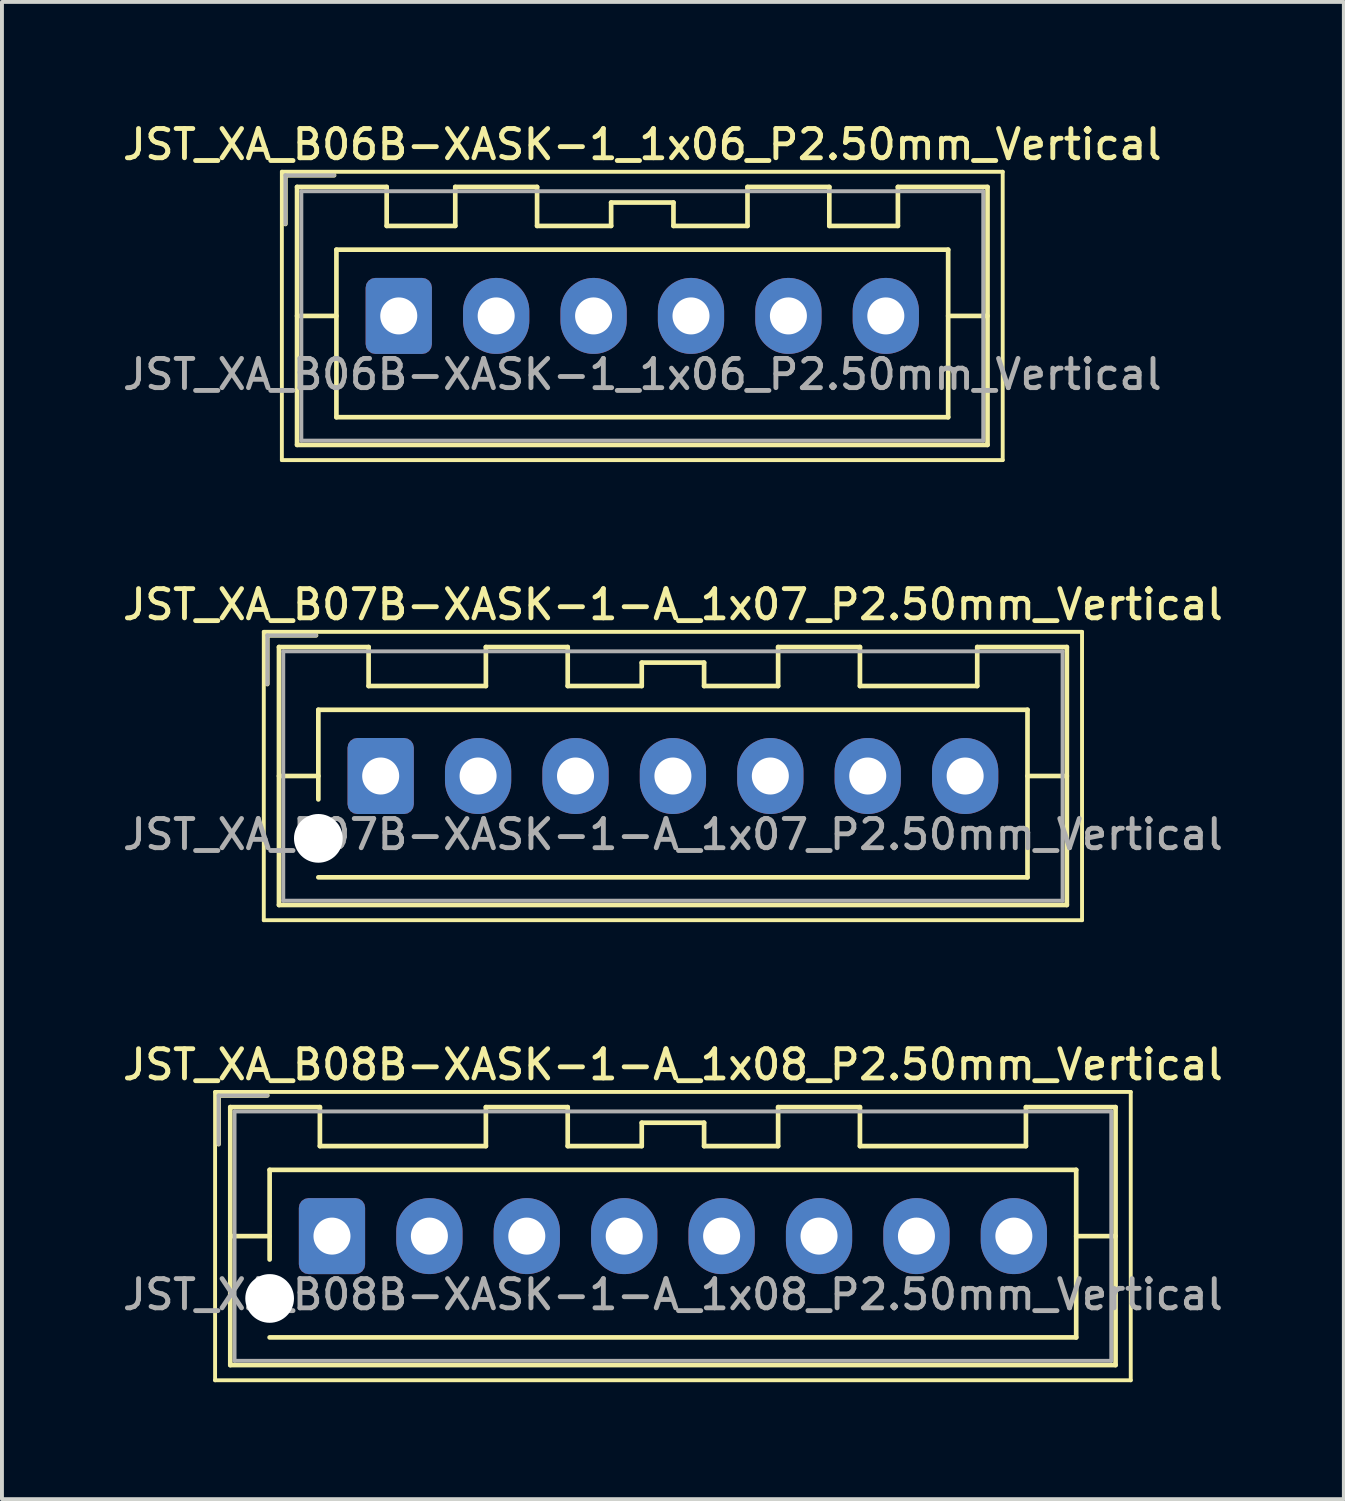
<source format=kicad_pcb>
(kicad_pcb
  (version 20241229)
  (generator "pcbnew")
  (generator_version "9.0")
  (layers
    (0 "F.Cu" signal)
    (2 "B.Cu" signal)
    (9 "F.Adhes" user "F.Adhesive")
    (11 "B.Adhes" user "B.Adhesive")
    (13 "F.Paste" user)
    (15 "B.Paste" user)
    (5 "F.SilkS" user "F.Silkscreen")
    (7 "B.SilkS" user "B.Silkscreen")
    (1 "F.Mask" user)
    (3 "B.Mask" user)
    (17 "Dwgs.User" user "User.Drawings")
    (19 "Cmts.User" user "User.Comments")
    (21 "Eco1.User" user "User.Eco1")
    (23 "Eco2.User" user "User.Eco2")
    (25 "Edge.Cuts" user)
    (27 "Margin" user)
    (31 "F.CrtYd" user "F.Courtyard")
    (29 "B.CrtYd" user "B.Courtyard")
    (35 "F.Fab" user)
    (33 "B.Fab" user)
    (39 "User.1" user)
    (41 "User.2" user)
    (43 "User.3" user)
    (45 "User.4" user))
  (footprint "JST_XA_B07B-XASK-1-A_1x07_P2.50mm_Vertical"
    (layer "F.Cu")
    (at 6.72 16.866)
    (property "Reference" "JST_XA_B07B-XASK-1-A_1x07_P2.50mm_Vertical" (at 7.5 -4.4 0) (layer "F.SilkS") (effects (font (size 0.75 0.75) (thickness 0.125))))
    (attr through_hole)
    (fp_line (start -3 -3.7) (end -3 3.7) (stroke (width 0.1) (type solid)) (layer "F.SilkS"))
    (fp_line (start -3 3.7) (end 18 3.7) (stroke (width 0.1) (type solid)) (layer "F.SilkS"))
    (fp_line (start -2.91 -3.61) (end -2.91 -2.36) (stroke (width 0.12) (type solid)) (layer "F.SilkS"))
    (fp_line (start -2.61 -3.31) (end -2.61 3.31) (stroke (width 0.12) (type solid)) (layer "F.SilkS"))
    (fp_line (start -2.61 0) (end -1.6 0) (stroke (width 0.12) (type solid)) (layer "F.SilkS"))
    (fp_line (start -2.61 3.31) (end 17.61 3.31) (stroke (width 0.12) (type solid)) (layer "F.SilkS"))
    (fp_line (start -1.66 -3.61) (end -2.91 -3.61) (stroke (width 0.12) (type solid)) (layer "F.SilkS"))
    (fp_line (start -1.6 -1.7) (end 16.6 -1.7) (stroke (width 0.12) (type solid)) (layer "F.SilkS"))
    (fp_line (start -1.6 0.6) (end -1.6 -1.7) (stroke (width 0.12) (type solid)) (layer "F.SilkS"))
    (fp_line (start -0.31 -3.31) (end -2.61 -3.31) (stroke (width 0.12) (type solid)) (layer "F.SilkS"))
    (fp_line (start -0.31 -2.31) (end -0.31 -3.31) (stroke (width 0.12) (type solid)) (layer "F.SilkS"))
    (fp_line (start 2.7 -3.31) (end 2.7 -2.31) (stroke (width 0.12) (type solid)) (layer "F.SilkS"))
    (fp_line (start 2.7 -2.31) (end -0.31 -2.31) (stroke (width 0.12) (type solid)) (layer "F.SilkS"))
    (fp_line (start 4.8 -3.31) (end 2.7 -3.31) (stroke (width 0.12) (type solid)) (layer "F.SilkS"))
    (fp_line (start 4.8 -2.31) (end 4.8 -3.31) (stroke (width 0.12) (type solid)) (layer "F.SilkS"))
    (fp_line (start 6.7 -2.91) (end 6.7 -2.31) (stroke (width 0.12) (type solid)) (layer "F.SilkS"))
    (fp_line (start 6.7 -2.31) (end 4.8 -2.31) (stroke (width 0.12) (type solid)) (layer "F.SilkS"))
    (fp_line (start 8.3 -2.91) (end 6.7 -2.91) (stroke (width 0.12) (type solid)) (layer "F.SilkS"))
    (fp_line (start 8.3 -2.31) (end 8.3 -2.91) (stroke (width 0.12) (type solid)) (layer "F.SilkS"))
    (fp_line (start 10.2 -3.31) (end 10.2 -2.31) (stroke (width 0.12) (type solid)) (layer "F.SilkS"))
    (fp_line (start 10.2 -2.31) (end 8.3 -2.31) (stroke (width 0.12) (type solid)) (layer "F.SilkS"))
    (fp_line (start 12.3 -3.31) (end 10.2 -3.31) (stroke (width 0.12) (type solid)) (layer "F.SilkS"))
    (fp_line (start 12.3 -2.31) (end 12.3 -3.31) (stroke (width 0.12) (type solid)) (layer "F.SilkS"))
    (fp_line (start 15.31 -3.31) (end 15.31 -2.31) (stroke (width 0.12) (type solid)) (layer "F.SilkS"))
    (fp_line (start 15.31 -2.31) (end 12.3 -2.31) (stroke (width 0.12) (type solid)) (layer "F.SilkS"))
    (fp_line (start 16.6 -1.7) (end 16.6 2.6) (stroke (width 0.12) (type solid)) (layer "F.SilkS"))
    (fp_line (start 16.6 2.6) (end -1.6 2.6) (stroke (width 0.12) (type solid)) (layer "F.SilkS"))
    (fp_line (start 17.61 -3.31) (end 15.31 -3.31) (stroke (width 0.12) (type solid)) (layer "F.SilkS"))
    (fp_line (start 17.61 0) (end 16.6 0) (stroke (width 0.12) (type solid)) (layer "F.SilkS"))
    (fp_line (start 17.61 3.31) (end 17.61 -3.31) (stroke (width 0.12) (type solid)) (layer "F.SilkS"))
    (fp_line (start 18 -3.7) (end -3 -3.7) (stroke (width 0.1) (type solid)) (layer "F.SilkS"))
    (fp_line (start 18 3.7) (end 18 -3.7) (stroke (width 0.1) (type solid)) (layer "F.SilkS"))
    (fp_line (start -2.91 -3.61) (end -2.91 -2.36) (stroke (width 0.1) (type solid)) (layer "F.Fab"))
    (fp_line (start -2.5 -3.2) (end -2.5 3.2) (stroke (width 0.1) (type solid)) (layer "F.Fab"))
    (fp_line (start -2.5 3.2) (end 17.5 3.2) (stroke (width 0.1) (type solid)) (layer "F.Fab"))
    (fp_line (start -1.66 -3.61) (end -2.91 -3.61) (stroke (width 0.1) (type solid)) (layer "F.Fab"))
    (fp_line (start 17.5 -3.2) (end -2.5 -3.2) (stroke (width 0.1) (type solid)) (layer "F.Fab"))
    (fp_line (start 17.5 3.2) (end 17.5 -3.2) (stroke (width 0.1) (type solid)) (layer "F.Fab"))
    (fp_text user "${REFERENCE}" (at 7.5 1.5 0) (layer "F.Fab") (effects (font (size 0.75 0.75) (thickness 0.125))))
    (pad "" np_thru_hole circle (at -1.6 1.6) (size 1.25 1.25) (drill 1.25) (layers "*.Cu" "*.Mask"))
    (pad "1" thru_hole roundrect (at 0 0) (size 1.7 1.95) (drill 0.95) (layers "*.Cu" "*.Mask") (roundrect_rratio 0.147))
    (pad "2" thru_hole oval (at 2.5 0) (size 1.7 1.95) (drill 0.95) (layers "*.Cu" "*.Mask"))
    (pad "3" thru_hole oval (at 5 0) (size 1.7 1.95) (drill 0.95) (layers "*.Cu" "*.Mask"))
    (pad "4" thru_hole oval (at 7.5 0) (size 1.7 1.95) (drill 0.95) (layers "*.Cu" "*.Mask"))
    (pad "5" thru_hole oval (at 10 0) (size 1.7 1.95) (drill 0.95) (layers "*.Cu" "*.Mask"))
    (pad "6" thru_hole oval (at 12.5 0) (size 1.7 1.95) (drill 0.95) (layers "*.Cu" "*.Mask"))
    (pad "7" thru_hole oval (at 15 0) (size 1.7 1.95) (drill 0.95) (layers "*.Cu" "*.Mask")))
  (footprint "JST_XA_B06B-XASK-1_1x06_P2.50mm_Vertical"
    (layer "F.Cu")
    (at 7.184 5.058)
    (property "Reference" "JST_XA_B06B-XASK-1_1x06_P2.50mm_Vertical" (at 6.25 -4.4 0) (layer "F.SilkS") (effects (font (size 0.75 0.75) (thickness 0.125))))
    (attr through_hole)
    (fp_line (start -3 -3.7) (end -3 3.7) (stroke (width 0.1) (type solid)) (layer "F.SilkS"))
    (fp_line (start -3 3.7) (end 15.5 3.7) (stroke (width 0.1) (type solid)) (layer "F.SilkS"))
    (fp_line (start -2.91 -3.61) (end -2.91 -2.36) (stroke (width 0.12) (type solid)) (layer "F.SilkS"))
    (fp_line (start -2.61 -3.31) (end -2.61 3.31) (stroke (width 0.12) (type solid)) (layer "F.SilkS"))
    (fp_line (start -2.61 0) (end -1.6 0) (stroke (width 0.12) (type solid)) (layer "F.SilkS"))
    (fp_line (start -2.61 3.31) (end 15.11 3.31) (stroke (width 0.12) (type solid)) (layer "F.SilkS"))
    (fp_line (start -1.66 -3.61) (end -2.91 -3.61) (stroke (width 0.12) (type solid)) (layer "F.SilkS"))
    (fp_line (start -1.6 -1.7) (end -1.6 2.6) (stroke (width 0.12) (type solid)) (layer "F.SilkS"))
    (fp_line (start -1.6 2.6) (end 14.1 2.6) (stroke (width 0.12) (type solid)) (layer "F.SilkS"))
    (fp_line (start -0.31 -3.31) (end -2.61 -3.31) (stroke (width 0.12) (type solid)) (layer "F.SilkS"))
    (fp_line (start -0.31 -2.31) (end -0.31 -3.31) (stroke (width 0.12) (type solid)) (layer "F.SilkS"))
    (fp_line (start 1.45 -3.31) (end 1.45 -2.31) (stroke (width 0.12) (type solid)) (layer "F.SilkS"))
    (fp_line (start 1.45 -2.31) (end -0.31 -2.31) (stroke (width 0.12) (type solid)) (layer "F.SilkS"))
    (fp_line (start 3.55 -3.31) (end 1.45 -3.31) (stroke (width 0.12) (type solid)) (layer "F.SilkS"))
    (fp_line (start 3.55 -2.31) (end 3.55 -3.31) (stroke (width 0.12) (type solid)) (layer "F.SilkS"))
    (fp_line (start 5.45 -2.91) (end 5.45 -2.31) (stroke (width 0.12) (type solid)) (layer "F.SilkS"))
    (fp_line (start 5.45 -2.31) (end 3.55 -2.31) (stroke (width 0.12) (type solid)) (layer "F.SilkS"))
    (fp_line (start 7.05 -2.91) (end 5.45 -2.91) (stroke (width 0.12) (type solid)) (layer "F.SilkS"))
    (fp_line (start 7.05 -2.31) (end 7.05 -2.91) (stroke (width 0.12) (type solid)) (layer "F.SilkS"))
    (fp_line (start 8.95 -3.31) (end 8.95 -2.31) (stroke (width 0.12) (type solid)) (layer "F.SilkS"))
    (fp_line (start 8.95 -2.31) (end 7.05 -2.31) (stroke (width 0.12) (type solid)) (layer "F.SilkS"))
    (fp_line (start 11.05 -3.31) (end 8.95 -3.31) (stroke (width 0.12) (type solid)) (layer "F.SilkS"))
    (fp_line (start 11.05 -2.31) (end 11.05 -3.31) (stroke (width 0.12) (type solid)) (layer "F.SilkS"))
    (fp_line (start 12.81 -3.31) (end 12.81 -2.31) (stroke (width 0.12) (type solid)) (layer "F.SilkS"))
    (fp_line (start 12.81 -2.31) (end 11.05 -2.31) (stroke (width 0.12) (type solid)) (layer "F.SilkS"))
    (fp_line (start 14.1 -1.7) (end -1.6 -1.7) (stroke (width 0.12) (type solid)) (layer "F.SilkS"))
    (fp_line (start 14.1 2.6) (end 14.1 -1.7) (stroke (width 0.12) (type solid)) (layer "F.SilkS"))
    (fp_line (start 15.11 -3.31) (end 12.81 -3.31) (stroke (width 0.12) (type solid)) (layer "F.SilkS"))
    (fp_line (start 15.11 0) (end 14.1 0) (stroke (width 0.12) (type solid)) (layer "F.SilkS"))
    (fp_line (start 15.11 3.31) (end 15.11 -3.31) (stroke (width 0.12) (type solid)) (layer "F.SilkS"))
    (fp_line (start 15.5 -3.7) (end -3 -3.7) (stroke (width 0.1) (type solid)) (layer "F.SilkS"))
    (fp_line (start 15.5 3.7) (end 15.5 -3.7) (stroke (width 0.1) (type solid)) (layer "F.SilkS"))
    (fp_line (start -2.91 -3.61) (end -2.91 -2.36) (stroke (width 0.1) (type solid)) (layer "F.Fab"))
    (fp_line (start -2.5 -3.2) (end -2.5 3.2) (stroke (width 0.1) (type solid)) (layer "F.Fab"))
    (fp_line (start -2.5 3.2) (end 15 3.2) (stroke (width 0.1) (type solid)) (layer "F.Fab"))
    (fp_line (start -1.66 -3.61) (end -2.91 -3.61) (stroke (width 0.1) (type solid)) (layer "F.Fab"))
    (fp_line (start 15 -3.2) (end -2.5 -3.2) (stroke (width 0.1) (type solid)) (layer "F.Fab"))
    (fp_line (start 15 3.2) (end 15 -3.2) (stroke (width 0.1) (type solid)) (layer "F.Fab"))
    (fp_text user "${REFERENCE}" (at 6.25 1.5 0) (layer "F.Fab") (effects (font (size 0.75 0.75) (thickness 0.125))))
    (pad "1" thru_hole roundrect (at 0 0) (size 1.7 1.95) (drill 0.95) (layers "*.Cu" "*.Mask") (roundrect_rratio 0.147))
    (pad "2" thru_hole oval (at 2.5 0) (size 1.7 1.95) (drill 0.95) (layers "*.Cu" "*.Mask"))
    (pad "3" thru_hole oval (at 5 0) (size 1.7 1.95) (drill 0.95) (layers "*.Cu" "*.Mask"))
    (pad "4" thru_hole oval (at 7.5 0) (size 1.7 1.95) (drill 0.95) (layers "*.Cu" "*.Mask"))
    (pad "5" thru_hole oval (at 10 0) (size 1.7 1.95) (drill 0.95) (layers "*.Cu" "*.Mask"))
    (pad "6" thru_hole oval (at 12.5 0) (size 1.7 1.95) (drill 0.95) (layers "*.Cu" "*.Mask")))
  (footprint "JST_XA_B08B-XASK-1-A_1x08_P2.50mm_Vertical"
    (layer "F.Cu")
    (at 5.47 28.674)
    (property "Reference" "JST_XA_B08B-XASK-1-A_1x08_P2.50mm_Vertical" (at 8.75 -4.4 0) (layer "F.SilkS") (effects (font (size 0.75 0.75) (thickness 0.125))))
    (attr through_hole)
    (fp_line (start -3 -3.7) (end -3 3.7) (stroke (width 0.1) (type solid)) (layer "F.SilkS"))
    (fp_line (start -3 3.7) (end 20.5 3.7) (stroke (width 0.1) (type solid)) (layer "F.SilkS"))
    (fp_line (start -2.91 -3.61) (end -2.91 -2.36) (stroke (width 0.12) (type solid)) (layer "F.SilkS"))
    (fp_line (start -2.61 -3.31) (end -2.61 3.31) (stroke (width 0.12) (type solid)) (layer "F.SilkS"))
    (fp_line (start -2.61 0) (end -1.6 0) (stroke (width 0.12) (type solid)) (layer "F.SilkS"))
    (fp_line (start -2.61 3.31) (end 20.11 3.31) (stroke (width 0.12) (type solid)) (layer "F.SilkS"))
    (fp_line (start -1.66 -3.61) (end -2.91 -3.61) (stroke (width 0.12) (type solid)) (layer "F.SilkS"))
    (fp_line (start -1.6 -1.7) (end 19.1 -1.7) (stroke (width 0.12) (type solid)) (layer "F.SilkS"))
    (fp_line (start -1.6 0.6) (end -1.6 -1.7) (stroke (width 0.12) (type solid)) (layer "F.SilkS"))
    (fp_line (start -0.31 -3.31) (end -2.61 -3.31) (stroke (width 0.12) (type solid)) (layer "F.SilkS"))
    (fp_line (start -0.31 -2.31) (end -0.31 -3.31) (stroke (width 0.12) (type solid)) (layer "F.SilkS"))
    (fp_line (start 3.95 -3.31) (end 3.95 -2.31) (stroke (width 0.12) (type solid)) (layer "F.SilkS"))
    (fp_line (start 3.95 -2.31) (end -0.31 -2.31) (stroke (width 0.12) (type solid)) (layer "F.SilkS"))
    (fp_line (start 6.05 -3.31) (end 3.95 -3.31) (stroke (width 0.12) (type solid)) (layer "F.SilkS"))
    (fp_line (start 6.05 -2.31) (end 6.05 -3.31) (stroke (width 0.12) (type solid)) (layer "F.SilkS"))
    (fp_line (start 7.95 -2.91) (end 7.95 -2.31) (stroke (width 0.12) (type solid)) (layer "F.SilkS"))
    (fp_line (start 7.95 -2.31) (end 6.05 -2.31) (stroke (width 0.12) (type solid)) (layer "F.SilkS"))
    (fp_line (start 9.55 -2.91) (end 7.95 -2.91) (stroke (width 0.12) (type solid)) (layer "F.SilkS"))
    (fp_line (start 9.55 -2.31) (end 9.55 -2.91) (stroke (width 0.12) (type solid)) (layer "F.SilkS"))
    (fp_line (start 11.45 -3.31) (end 11.45 -2.31) (stroke (width 0.12) (type solid)) (layer "F.SilkS"))
    (fp_line (start 11.45 -2.31) (end 9.55 -2.31) (stroke (width 0.12) (type solid)) (layer "F.SilkS"))
    (fp_line (start 13.55 -3.31) (end 11.45 -3.31) (stroke (width 0.12) (type solid)) (layer "F.SilkS"))
    (fp_line (start 13.55 -2.31) (end 13.55 -3.31) (stroke (width 0.12) (type solid)) (layer "F.SilkS"))
    (fp_line (start 17.81 -3.31) (end 17.81 -2.31) (stroke (width 0.12) (type solid)) (layer "F.SilkS"))
    (fp_line (start 17.81 -2.31) (end 13.55 -2.31) (stroke (width 0.12) (type solid)) (layer "F.SilkS"))
    (fp_line (start 19.1 -1.7) (end 19.1 2.6) (stroke (width 0.12) (type solid)) (layer "F.SilkS"))
    (fp_line (start 19.1 2.6) (end -1.6 2.6) (stroke (width 0.12) (type solid)) (layer "F.SilkS"))
    (fp_line (start 20.11 -3.31) (end 17.81 -3.31) (stroke (width 0.12) (type solid)) (layer "F.SilkS"))
    (fp_line (start 20.11 0) (end 19.1 0) (stroke (width 0.12) (type solid)) (layer "F.SilkS"))
    (fp_line (start 20.11 3.31) (end 20.11 -3.31) (stroke (width 0.12) (type solid)) (layer "F.SilkS"))
    (fp_line (start 20.5 -3.7) (end -3 -3.7) (stroke (width 0.1) (type solid)) (layer "F.SilkS"))
    (fp_line (start 20.5 3.7) (end 20.5 -3.7) (stroke (width 0.1) (type solid)) (layer "F.SilkS"))
    (fp_line (start -2.91 -3.61) (end -2.91 -2.36) (stroke (width 0.1) (type solid)) (layer "F.Fab"))
    (fp_line (start -2.5 -3.2) (end -2.5 3.2) (stroke (width 0.1) (type solid)) (layer "F.Fab"))
    (fp_line (start -2.5 3.2) (end 20 3.2) (stroke (width 0.1) (type solid)) (layer "F.Fab"))
    (fp_line (start -1.66 -3.61) (end -2.91 -3.61) (stroke (width 0.1) (type solid)) (layer "F.Fab"))
    (fp_line (start 20 -3.2) (end -2.5 -3.2) (stroke (width 0.1) (type solid)) (layer "F.Fab"))
    (fp_line (start 20 3.2) (end 20 -3.2) (stroke (width 0.1) (type solid)) (layer "F.Fab"))
    (fp_text user "${REFERENCE}" (at 8.75 1.5 0) (layer "F.Fab") (effects (font (size 0.75 0.75) (thickness 0.125))))
    (pad "" np_thru_hole circle (at -1.6 1.6) (size 1.25 1.25) (drill 1.25) (layers "*.Cu" "*.Mask"))
    (pad "1" thru_hole roundrect (at 0 0) (size 1.7 1.95) (drill 0.95) (layers "*.Cu" "*.Mask") (roundrect_rratio 0.147))
    (pad "2" thru_hole oval (at 2.5 0) (size 1.7 1.95) (drill 0.95) (layers "*.Cu" "*.Mask"))
    (pad "3" thru_hole oval (at 5 0) (size 1.7 1.95) (drill 0.95) (layers "*.Cu" "*.Mask"))
    (pad "4" thru_hole oval (at 7.5 0) (size 1.7 1.95) (drill 0.95) (layers "*.Cu" "*.Mask"))
    (pad "5" thru_hole oval (at 10 0) (size 1.7 1.95) (drill 0.95) (layers "*.Cu" "*.Mask"))
    (pad "6" thru_hole oval (at 12.5 0) (size 1.7 1.95) (drill 0.95) (layers "*.Cu" "*.Mask"))
    (pad "7" thru_hole oval (at 15 0) (size 1.7 1.95) (drill 0.95) (layers "*.Cu" "*.Mask"))
    (pad "8" thru_hole oval (at 17.5 0) (size 1.7 1.95) (drill 0.95) (layers "*.Cu" "*.Mask")))
  (gr_rect
    (start -3 -3)
    (end 31.439 35.424)
    (stroke (width 0.1) (type default))
    (fill no)
    (layer "Edge.Cuts")))
</source>
